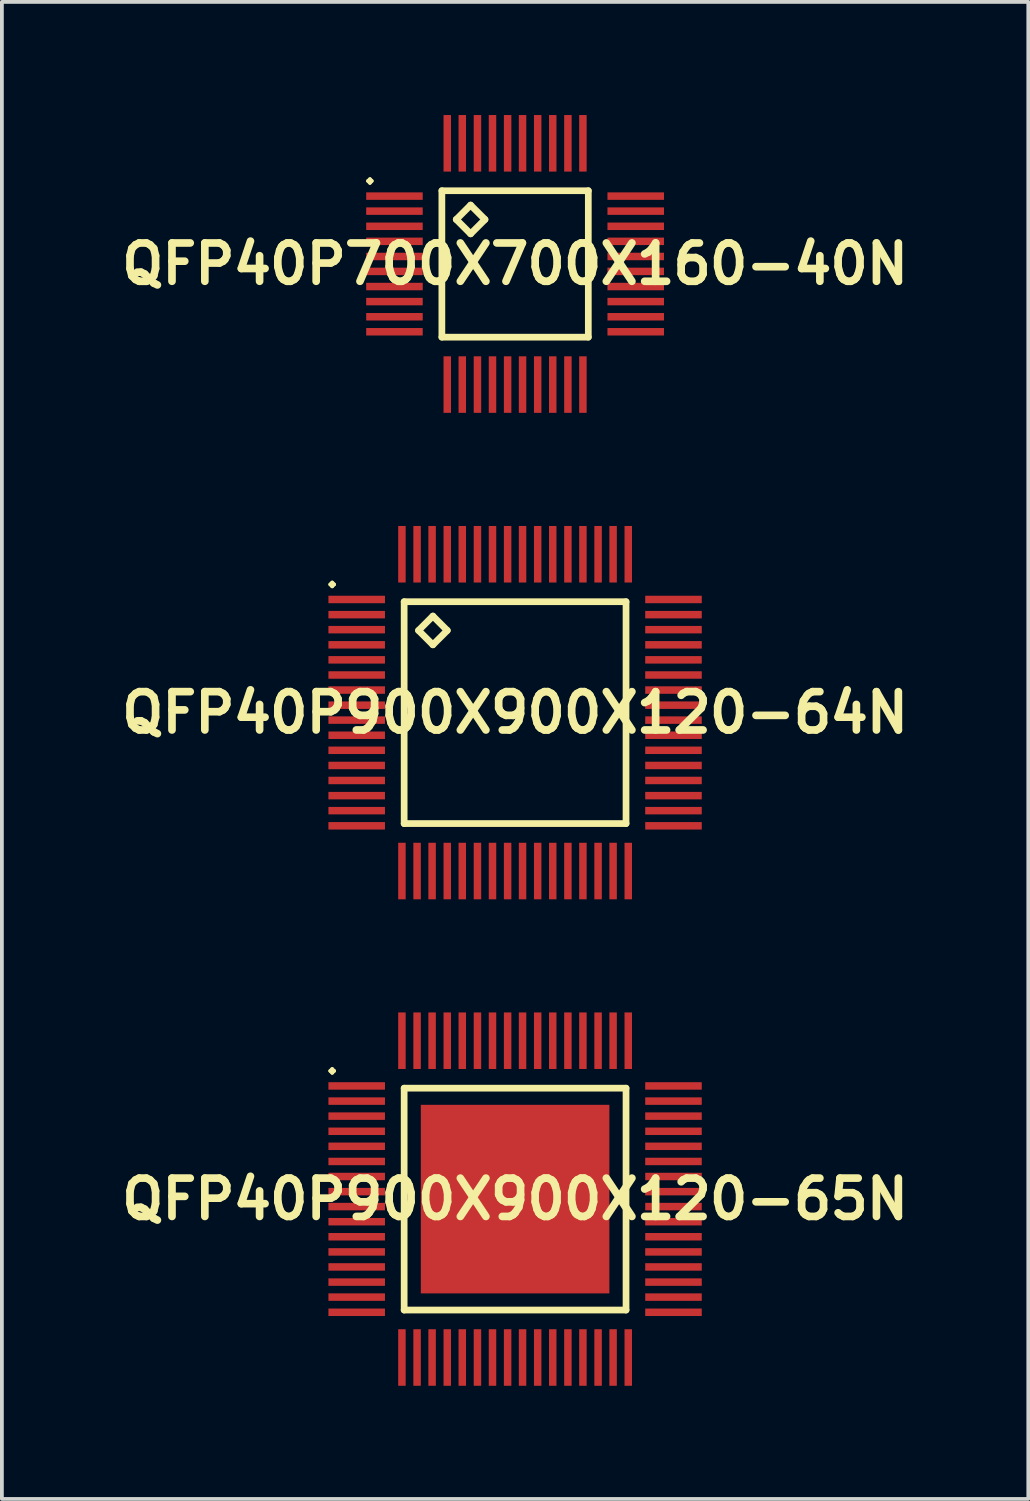
<source format=kicad_pcb>
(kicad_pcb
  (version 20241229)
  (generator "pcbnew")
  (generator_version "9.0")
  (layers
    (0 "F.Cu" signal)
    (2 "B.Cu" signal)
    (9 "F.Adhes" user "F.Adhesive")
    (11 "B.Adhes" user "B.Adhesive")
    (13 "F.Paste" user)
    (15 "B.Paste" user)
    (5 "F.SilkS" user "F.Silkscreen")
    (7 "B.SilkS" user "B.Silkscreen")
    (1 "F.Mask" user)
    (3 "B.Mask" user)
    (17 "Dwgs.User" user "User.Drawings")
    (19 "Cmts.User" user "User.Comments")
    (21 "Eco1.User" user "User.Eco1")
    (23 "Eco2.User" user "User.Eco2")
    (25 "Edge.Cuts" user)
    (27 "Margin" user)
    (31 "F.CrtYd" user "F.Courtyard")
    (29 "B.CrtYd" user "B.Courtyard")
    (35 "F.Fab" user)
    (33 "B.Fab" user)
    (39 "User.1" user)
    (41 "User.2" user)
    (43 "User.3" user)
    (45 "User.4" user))
  (footprint "QFP40P700X700X160-40N"
    (layer "F.Cu")
    (at 10.605 3.947)
    (property "Reference" "QFP40P700X700X160-40N" (at 0 0 0) (layer "F.SilkS") (effects (font (size 1.016 1.016) (thickness 0.203))))
    (attr smd)
    (fp_line (start -3.899 -2.2) (end -3.848 -2.248) (stroke (width 0.099) (type solid)) (layer "F.SilkS"))
    (fp_line (start -3.848 -2.248) (end -3.8 -2.2) (stroke (width 0.099) (type solid)) (layer "F.SilkS"))
    (fp_line (start -3.848 -2.149) (end -3.899 -2.2) (stroke (width 0.099) (type solid)) (layer "F.SilkS"))
    (fp_line (start -3.8 -2.2) (end -3.848 -2.149) (stroke (width 0.099) (type solid)) (layer "F.SilkS"))
    (fp_line (start -1.941 -1.941) (end -1.941 1.941) (stroke (width 0.178) (type solid)) (layer "F.SilkS"))
    (fp_line (start -1.941 1.941) (end 1.941 1.941) (stroke (width 0.178) (type solid)) (layer "F.SilkS"))
    (fp_line (start -1.56 -1.179) (end -1.179 -1.56) (stroke (width 0.178) (type solid)) (layer "F.SilkS"))
    (fp_line (start -1.179 -1.56) (end -0.798 -1.179) (stroke (width 0.178) (type solid)) (layer "F.SilkS"))
    (fp_line (start -1.179 -0.798) (end -1.56 -1.179) (stroke (width 0.178) (type solid)) (layer "F.SilkS"))
    (fp_line (start -0.798 -1.179) (end -1.179 -0.798) (stroke (width 0.178) (type solid)) (layer "F.SilkS"))
    (fp_line (start 1.941 -1.941) (end -1.941 -1.941) (stroke (width 0.178) (type solid)) (layer "F.SilkS"))
    (fp_line (start 1.941 1.941) (end 1.941 -1.941) (stroke (width 0.178) (type solid)) (layer "F.SilkS"))
    (pad "1" smd rect (at -3.198 -1.798) (size 1.499 0.198) (layers "F.Cu" "F.Mask" "F.Paste"))
    (pad "2" smd rect (at -3.198 -1.4) (size 1.499 0.198) (layers "F.Cu" "F.Mask" "F.Paste"))
    (pad "3" smd rect (at -3.198 -0.998) (size 1.499 0.198) (layers "F.Cu" "F.Mask" "F.Paste"))
    (pad "4" smd rect (at -3.198 -0.599) (size 1.499 0.198) (layers "F.Cu" "F.Mask" "F.Paste"))
    (pad "5" smd rect (at -3.198 -0.198) (size 1.499 0.198) (layers "F.Cu" "F.Mask" "F.Paste"))
    (pad "6" smd rect (at -3.198 0.198) (size 1.499 0.198) (layers "F.Cu" "F.Mask" "F.Paste"))
    (pad "7" smd rect (at -3.198 0.599) (size 1.499 0.198) (layers "F.Cu" "F.Mask" "F.Paste"))
    (pad "8" smd rect (at -3.198 0.998) (size 1.499 0.198) (layers "F.Cu" "F.Mask" "F.Paste"))
    (pad "9" smd rect (at -3.198 1.4) (size 1.499 0.198) (layers "F.Cu" "F.Mask" "F.Paste"))
    (pad "10" smd rect (at -3.198 1.798) (size 1.499 0.198) (layers "F.Cu" "F.Mask" "F.Paste"))
    (pad "11" smd rect (at -1.798 3.198) (size 0.198 1.499) (layers "F.Cu" "F.Mask" "F.Paste"))
    (pad "12" smd rect (at -1.4 3.198) (size 0.198 1.499) (layers "F.Cu" "F.Mask" "F.Paste"))
    (pad "13" smd rect (at -0.998 3.198) (size 0.198 1.499) (layers "F.Cu" "F.Mask" "F.Paste"))
    (pad "14" smd rect (at -0.599 3.198) (size 0.198 1.499) (layers "F.Cu" "F.Mask" "F.Paste"))
    (pad "15" smd rect (at -0.198 3.198) (size 0.198 1.499) (layers "F.Cu" "F.Mask" "F.Paste"))
    (pad "16" smd rect (at 0.198 3.198) (size 0.198 1.499) (layers "F.Cu" "F.Mask" "F.Paste"))
    (pad "17" smd rect (at 0.599 3.198) (size 0.198 1.499) (layers "F.Cu" "F.Mask" "F.Paste"))
    (pad "18" smd rect (at 0.998 3.198) (size 0.198 1.499) (layers "F.Cu" "F.Mask" "F.Paste"))
    (pad "19" smd rect (at 1.4 3.198) (size 0.198 1.499) (layers "F.Cu" "F.Mask" "F.Paste"))
    (pad "20" smd rect (at 1.798 3.198) (size 0.198 1.499) (layers "F.Cu" "F.Mask" "F.Paste"))
    (pad "21" smd rect (at 3.198 1.798) (size 1.499 0.198) (layers "F.Cu" "F.Mask" "F.Paste"))
    (pad "22" smd rect (at 3.198 1.4) (size 1.499 0.198) (layers "F.Cu" "F.Mask" "F.Paste"))
    (pad "23" smd rect (at 3.198 0.998) (size 1.499 0.198) (layers "F.Cu" "F.Mask" "F.Paste"))
    (pad "24" smd rect (at 3.198 0.599) (size 1.499 0.198) (layers "F.Cu" "F.Mask" "F.Paste"))
    (pad "25" smd rect (at 3.198 0.198) (size 1.499 0.198) (layers "F.Cu" "F.Mask" "F.Paste"))
    (pad "26" smd rect (at 3.198 -0.198) (size 1.499 0.198) (layers "F.Cu" "F.Mask" "F.Paste"))
    (pad "27" smd rect (at 3.198 -0.599) (size 1.499 0.198) (layers "F.Cu" "F.Mask" "F.Paste"))
    (pad "28" smd rect (at 3.198 -0.998) (size 1.499 0.198) (layers "F.Cu" "F.Mask" "F.Paste"))
    (pad "29" smd rect (at 3.198 -1.4) (size 1.499 0.198) (layers "F.Cu" "F.Mask" "F.Paste"))
    (pad "30" smd rect (at 3.198 -1.798) (size 1.499 0.198) (layers "F.Cu" "F.Mask" "F.Paste"))
    (pad "31" smd rect (at 1.798 -3.198) (size 0.198 1.499) (layers "F.Cu" "F.Mask" "F.Paste"))
    (pad "32" smd rect (at 1.4 -3.198) (size 0.198 1.499) (layers "F.Cu" "F.Mask" "F.Paste"))
    (pad "33" smd rect (at 0.998 -3.198) (size 0.198 1.499) (layers "F.Cu" "F.Mask" "F.Paste"))
    (pad "34" smd rect (at 0.599 -3.198) (size 0.198 1.499) (layers "F.Cu" "F.Mask" "F.Paste"))
    (pad "35" smd rect (at 0.198 -3.198) (size 0.198 1.499) (layers "F.Cu" "F.Mask" "F.Paste"))
    (pad "36" smd rect (at -0.198 -3.198) (size 0.198 1.499) (layers "F.Cu" "F.Mask" "F.Paste"))
    (pad "37" smd rect (at -0.599 -3.198) (size 0.198 1.499) (layers "F.Cu" "F.Mask" "F.Paste"))
    (pad "38" smd rect (at -0.998 -3.198) (size 0.198 1.499) (layers "F.Cu" "F.Mask" "F.Paste"))
    (pad "39" smd rect (at -1.4 -3.198) (size 0.198 1.499) (layers "F.Cu" "F.Mask" "F.Paste"))
    (pad "40" smd rect (at -1.798 -3.198) (size 0.198 1.499) (layers "F.Cu" "F.Mask" "F.Paste")))
  (footprint "QFP40P900X900X120-64N"
    (layer "F.Cu")
    (at 10.605 15.842)
    (property "Reference" "QFP40P900X900X120-64N" (at 0 0 0) (layer "F.SilkS") (effects (font (size 1.016 1.016) (thickness 0.203))))
    (attr smd)
    (fp_line (start -4.9 -3.399) (end -4.849 -3.449) (stroke (width 0.099) (type solid)) (layer "F.SilkS"))
    (fp_line (start -4.849 -3.449) (end -4.798 -3.399) (stroke (width 0.099) (type solid)) (layer "F.SilkS"))
    (fp_line (start -4.849 -3.348) (end -4.9 -3.399) (stroke (width 0.099) (type solid)) (layer "F.SilkS"))
    (fp_line (start -4.798 -3.399) (end -4.849 -3.348) (stroke (width 0.099) (type solid)) (layer "F.SilkS"))
    (fp_line (start -2.941 -2.941) (end -2.941 2.941) (stroke (width 0.178) (type solid)) (layer "F.SilkS"))
    (fp_line (start -2.941 2.941) (end 2.941 2.941) (stroke (width 0.178) (type solid)) (layer "F.SilkS"))
    (fp_line (start -2.56 -2.179) (end -2.179 -2.56) (stroke (width 0.178) (type solid)) (layer "F.SilkS"))
    (fp_line (start -2.179 -2.56) (end -1.798 -2.179) (stroke (width 0.178) (type solid)) (layer "F.SilkS"))
    (fp_line (start -2.179 -1.798) (end -2.56 -2.179) (stroke (width 0.178) (type solid)) (layer "F.SilkS"))
    (fp_line (start -1.798 -2.179) (end -2.179 -1.798) (stroke (width 0.178) (type solid)) (layer "F.SilkS"))
    (fp_line (start 2.941 -2.941) (end -2.941 -2.941) (stroke (width 0.178) (type solid)) (layer "F.SilkS"))
    (fp_line (start 2.941 2.941) (end 2.941 -2.941) (stroke (width 0.178) (type solid)) (layer "F.SilkS"))
    (pad "1" smd rect (at -4.199 -3) (size 1.499 0.198) (layers "F.Cu" "F.Mask" "F.Paste"))
    (pad "2" smd rect (at -4.199 -2.598) (size 1.499 0.198) (layers "F.Cu" "F.Mask" "F.Paste"))
    (pad "3" smd rect (at -4.199 -2.2) (size 1.499 0.198) (layers "F.Cu" "F.Mask" "F.Paste"))
    (pad "4" smd rect (at -4.199 -1.798) (size 1.499 0.198) (layers "F.Cu" "F.Mask" "F.Paste"))
    (pad "5" smd rect (at -4.199 -1.4) (size 1.499 0.198) (layers "F.Cu" "F.Mask" "F.Paste"))
    (pad "6" smd rect (at -4.199 -0.998) (size 1.499 0.198) (layers "F.Cu" "F.Mask" "F.Paste"))
    (pad "7" smd rect (at -4.199 -0.599) (size 1.499 0.198) (layers "F.Cu" "F.Mask" "F.Paste"))
    (pad "8" smd rect (at -4.199 -0.198) (size 1.499 0.198) (layers "F.Cu" "F.Mask" "F.Paste"))
    (pad "9" smd rect (at -4.199 0.198) (size 1.499 0.198) (layers "F.Cu" "F.Mask" "F.Paste"))
    (pad "10" smd rect (at -4.199 0.599) (size 1.499 0.198) (layers "F.Cu" "F.Mask" "F.Paste"))
    (pad "11" smd rect (at -4.199 0.998) (size 1.499 0.198) (layers "F.Cu" "F.Mask" "F.Paste"))
    (pad "12" smd rect (at -4.199 1.4) (size 1.499 0.198) (layers "F.Cu" "F.Mask" "F.Paste"))
    (pad "13" smd rect (at -4.199 1.798) (size 1.499 0.198) (layers "F.Cu" "F.Mask" "F.Paste"))
    (pad "14" smd rect (at -4.199 2.2) (size 1.499 0.198) (layers "F.Cu" "F.Mask" "F.Paste"))
    (pad "15" smd rect (at -4.199 2.598) (size 1.499 0.198) (layers "F.Cu" "F.Mask" "F.Paste"))
    (pad "16" smd rect (at -4.199 3) (size 1.499 0.198) (layers "F.Cu" "F.Mask" "F.Paste"))
    (pad "17" smd rect (at -3 4.199) (size 0.198 1.499) (layers "F.Cu" "F.Mask" "F.Paste"))
    (pad "18" smd rect (at -2.598 4.199) (size 0.198 1.499) (layers "F.Cu" "F.Mask" "F.Paste"))
    (pad "19" smd rect (at -2.2 4.199) (size 0.198 1.499) (layers "F.Cu" "F.Mask" "F.Paste"))
    (pad "20" smd rect (at -1.798 4.199) (size 0.198 1.499) (layers "F.Cu" "F.Mask" "F.Paste"))
    (pad "21" smd rect (at -1.4 4.199) (size 0.198 1.499) (layers "F.Cu" "F.Mask" "F.Paste"))
    (pad "22" smd rect (at -0.998 4.199) (size 0.198 1.499) (layers "F.Cu" "F.Mask" "F.Paste"))
    (pad "23" smd rect (at -0.599 4.199) (size 0.198 1.499) (layers "F.Cu" "F.Mask" "F.Paste"))
    (pad "24" smd rect (at -0.198 4.199) (size 0.198 1.499) (layers "F.Cu" "F.Mask" "F.Paste"))
    (pad "25" smd rect (at 0.198 4.199) (size 0.198 1.499) (layers "F.Cu" "F.Mask" "F.Paste"))
    (pad "26" smd rect (at 0.599 4.199) (size 0.198 1.499) (layers "F.Cu" "F.Mask" "F.Paste"))
    (pad "27" smd rect (at 0.998 4.199) (size 0.198 1.499) (layers "F.Cu" "F.Mask" "F.Paste"))
    (pad "28" smd rect (at 1.4 4.199) (size 0.198 1.499) (layers "F.Cu" "F.Mask" "F.Paste"))
    (pad "29" smd rect (at 1.798 4.199) (size 0.198 1.499) (layers "F.Cu" "F.Mask" "F.Paste"))
    (pad "30" smd rect (at 2.2 4.199) (size 0.198 1.499) (layers "F.Cu" "F.Mask" "F.Paste"))
    (pad "31" smd rect (at 2.598 4.199) (size 0.198 1.499) (layers "F.Cu" "F.Mask" "F.Paste"))
    (pad "32" smd rect (at 3 4.199) (size 0.198 1.499) (layers "F.Cu" "F.Mask" "F.Paste"))
    (pad "33" smd rect (at 4.199 3) (size 1.499 0.198) (layers "F.Cu" "F.Mask" "F.Paste"))
    (pad "34" smd rect (at 4.199 2.598) (size 1.499 0.198) (layers "F.Cu" "F.Mask" "F.Paste"))
    (pad "35" smd rect (at 4.199 2.2) (size 1.499 0.198) (layers "F.Cu" "F.Mask" "F.Paste"))
    (pad "36" smd rect (at 4.199 1.798) (size 1.499 0.198) (layers "F.Cu" "F.Mask" "F.Paste"))
    (pad "37" smd rect (at 4.199 1.4) (size 1.499 0.198) (layers "F.Cu" "F.Mask" "F.Paste"))
    (pad "38" smd rect (at 4.199 0.998) (size 1.499 0.198) (layers "F.Cu" "F.Mask" "F.Paste"))
    (pad "39" smd rect (at 4.199 0.599) (size 1.499 0.198) (layers "F.Cu" "F.Mask" "F.Paste"))
    (pad "40" smd rect (at 4.199 0.198) (size 1.499 0.198) (layers "F.Cu" "F.Mask" "F.Paste"))
    (pad "41" smd rect (at 4.199 -0.198) (size 1.499 0.198) (layers "F.Cu" "F.Mask" "F.Paste"))
    (pad "42" smd rect (at 4.199 -0.599) (size 1.499 0.198) (layers "F.Cu" "F.Mask" "F.Paste"))
    (pad "43" smd rect (at 4.199 -0.998) (size 1.499 0.198) (layers "F.Cu" "F.Mask" "F.Paste"))
    (pad "44" smd rect (at 4.199 -1.4) (size 1.499 0.198) (layers "F.Cu" "F.Mask" "F.Paste"))
    (pad "45" smd rect (at 4.199 -1.798) (size 1.499 0.198) (layers "F.Cu" "F.Mask" "F.Paste"))
    (pad "46" smd rect (at 4.199 -2.2) (size 1.499 0.198) (layers "F.Cu" "F.Mask" "F.Paste"))
    (pad "47" smd rect (at 4.199 -2.598) (size 1.499 0.198) (layers "F.Cu" "F.Mask" "F.Paste"))
    (pad "48" smd rect (at 4.199 -3) (size 1.499 0.198) (layers "F.Cu" "F.Mask" "F.Paste"))
    (pad "49" smd rect (at 3 -4.199) (size 0.198 1.499) (layers "F.Cu" "F.Mask" "F.Paste"))
    (pad "50" smd rect (at 2.598 -4.199) (size 0.198 1.499) (layers "F.Cu" "F.Mask" "F.Paste"))
    (pad "51" smd rect (at 2.2 -4.199) (size 0.198 1.499) (layers "F.Cu" "F.Mask" "F.Paste"))
    (pad "52" smd rect (at 1.798 -4.199) (size 0.198 1.499) (layers "F.Cu" "F.Mask" "F.Paste"))
    (pad "53" smd rect (at 1.4 -4.199) (size 0.198 1.499) (layers "F.Cu" "F.Mask" "F.Paste"))
    (pad "54" smd rect (at 0.998 -4.199) (size 0.198 1.499) (layers "F.Cu" "F.Mask" "F.Paste"))
    (pad "55" smd rect (at 0.599 -4.199) (size 0.198 1.499) (layers "F.Cu" "F.Mask" "F.Paste"))
    (pad "56" smd rect (at 0.198 -4.199) (size 0.198 1.499) (layers "F.Cu" "F.Mask" "F.Paste"))
    (pad "57" smd rect (at -0.198 -4.199) (size 0.198 1.499) (layers "F.Cu" "F.Mask" "F.Paste"))
    (pad "58" smd rect (at -0.599 -4.199) (size 0.198 1.499) (layers "F.Cu" "F.Mask" "F.Paste"))
    (pad "59" smd rect (at -0.998 -4.199) (size 0.198 1.499) (layers "F.Cu" "F.Mask" "F.Paste"))
    (pad "60" smd rect (at -1.4 -4.199) (size 0.198 1.499) (layers "F.Cu" "F.Mask" "F.Paste"))
    (pad "61" smd rect (at -1.798 -4.199) (size 0.198 1.499) (layers "F.Cu" "F.Mask" "F.Paste"))
    (pad "62" smd rect (at -2.2 -4.199) (size 0.198 1.499) (layers "F.Cu" "F.Mask" "F.Paste"))
    (pad "63" smd rect (at -2.598 -4.199) (size 0.198 1.499) (layers "F.Cu" "F.Mask" "F.Paste"))
    (pad "64" smd rect (at -3 -4.199) (size 0.198 1.499) (layers "F.Cu" "F.Mask" "F.Paste")))
  (footprint "QFP40P900X900X120-65N"
    (layer "F.Cu")
    (at 10.605 28.738)
    (property "Reference" "QFP40P900X900X120-65N" (at 0 0 0) (layer "F.SilkS") (effects (font (size 1.016 1.016) (thickness 0.203))))
    (attr smd)
    (fp_line (start -4.9 -3.399) (end -4.849 -3.449) (stroke (width 0.099) (type solid)) (layer "F.SilkS"))
    (fp_line (start -4.849 -3.449) (end -4.798 -3.399) (stroke (width 0.099) (type solid)) (layer "F.SilkS"))
    (fp_line (start -4.849 -3.348) (end -4.9 -3.399) (stroke (width 0.099) (type solid)) (layer "F.SilkS"))
    (fp_line (start -4.798 -3.399) (end -4.849 -3.348) (stroke (width 0.099) (type solid)) (layer "F.SilkS"))
    (fp_line (start -2.941 -2.941) (end -2.941 2.941) (stroke (width 0.178) (type solid)) (layer "F.SilkS"))
    (fp_line (start -2.941 2.941) (end 2.941 2.941) (stroke (width 0.178) (type solid)) (layer "F.SilkS"))
    (fp_line (start 2.941 -2.941) (end -2.941 -2.941) (stroke (width 0.178) (type solid)) (layer "F.SilkS"))
    (fp_line (start 2.941 2.941) (end 2.941 -2.941) (stroke (width 0.178) (type solid)) (layer "F.SilkS"))
    (pad "1" smd rect (at -4.199 -3) (size 1.499 0.198) (layers "F.Cu" "F.Mask" "F.Paste"))
    (pad "2" smd rect (at -4.199 -2.598) (size 1.499 0.198) (layers "F.Cu" "F.Mask" "F.Paste"))
    (pad "3" smd rect (at -4.199 -2.2) (size 1.499 0.198) (layers "F.Cu" "F.Mask" "F.Paste"))
    (pad "4" smd rect (at -4.199 -1.798) (size 1.499 0.198) (layers "F.Cu" "F.Mask" "F.Paste"))
    (pad "5" smd rect (at -4.199 -1.4) (size 1.499 0.198) (layers "F.Cu" "F.Mask" "F.Paste"))
    (pad "6" smd rect (at -4.199 -0.998) (size 1.499 0.198) (layers "F.Cu" "F.Mask" "F.Paste"))
    (pad "7" smd rect (at -4.199 -0.599) (size 1.499 0.198) (layers "F.Cu" "F.Mask" "F.Paste"))
    (pad "8" smd rect (at -4.199 -0.198) (size 1.499 0.198) (layers "F.Cu" "F.Mask" "F.Paste"))
    (pad "9" smd rect (at -4.199 0.198) (size 1.499 0.198) (layers "F.Cu" "F.Mask" "F.Paste"))
    (pad "10" smd rect (at -4.199 0.599) (size 1.499 0.198) (layers "F.Cu" "F.Mask" "F.Paste"))
    (pad "11" smd rect (at -4.199 0.998) (size 1.499 0.198) (layers "F.Cu" "F.Mask" "F.Paste"))
    (pad "12" smd rect (at -4.199 1.4) (size 1.499 0.198) (layers "F.Cu" "F.Mask" "F.Paste"))
    (pad "13" smd rect (at -4.199 1.798) (size 1.499 0.198) (layers "F.Cu" "F.Mask" "F.Paste"))
    (pad "14" smd rect (at -4.199 2.2) (size 1.499 0.198) (layers "F.Cu" "F.Mask" "F.Paste"))
    (pad "15" smd rect (at -4.199 2.598) (size 1.499 0.198) (layers "F.Cu" "F.Mask" "F.Paste"))
    (pad "16" smd rect (at -4.199 3) (size 1.499 0.198) (layers "F.Cu" "F.Mask" "F.Paste"))
    (pad "17" smd rect (at -3 4.199) (size 0.198 1.499) (layers "F.Cu" "F.Mask" "F.Paste"))
    (pad "18" smd rect (at -2.598 4.199) (size 0.198 1.499) (layers "F.Cu" "F.Mask" "F.Paste"))
    (pad "19" smd rect (at -2.2 4.199) (size 0.198 1.499) (layers "F.Cu" "F.Mask" "F.Paste"))
    (pad "20" smd rect (at -1.798 4.199) (size 0.198 1.499) (layers "F.Cu" "F.Mask" "F.Paste"))
    (pad "21" smd rect (at -1.4 4.199) (size 0.198 1.499) (layers "F.Cu" "F.Mask" "F.Paste"))
    (pad "22" smd rect (at -0.998 4.199) (size 0.198 1.499) (layers "F.Cu" "F.Mask" "F.Paste"))
    (pad "23" smd rect (at -0.599 4.199) (size 0.198 1.499) (layers "F.Cu" "F.Mask" "F.Paste"))
    (pad "24" smd rect (at -0.198 4.199) (size 0.198 1.499) (layers "F.Cu" "F.Mask" "F.Paste"))
    (pad "25" smd rect (at 0.198 4.199) (size 0.198 1.499) (layers "F.Cu" "F.Mask" "F.Paste"))
    (pad "26" smd rect (at 0.599 4.199) (size 0.198 1.499) (layers "F.Cu" "F.Mask" "F.Paste"))
    (pad "27" smd rect (at 0.998 4.199) (size 0.198 1.499) (layers "F.Cu" "F.Mask" "F.Paste"))
    (pad "28" smd rect (at 1.4 4.199) (size 0.198 1.499) (layers "F.Cu" "F.Mask" "F.Paste"))
    (pad "29" smd rect (at 1.798 4.199) (size 0.198 1.499) (layers "F.Cu" "F.Mask" "F.Paste"))
    (pad "30" smd rect (at 2.2 4.199) (size 0.198 1.499) (layers "F.Cu" "F.Mask" "F.Paste"))
    (pad "31" smd rect (at 2.598 4.199) (size 0.198 1.499) (layers "F.Cu" "F.Mask" "F.Paste"))
    (pad "32" smd rect (at 3 4.199) (size 0.198 1.499) (layers "F.Cu" "F.Mask" "F.Paste"))
    (pad "33" smd rect (at 4.199 3) (size 1.499 0.198) (layers "F.Cu" "F.Mask" "F.Paste"))
    (pad "34" smd rect (at 4.199 2.598) (size 1.499 0.198) (layers "F.Cu" "F.Mask" "F.Paste"))
    (pad "35" smd rect (at 4.199 2.2) (size 1.499 0.198) (layers "F.Cu" "F.Mask" "F.Paste"))
    (pad "36" smd rect (at 4.199 1.798) (size 1.499 0.198) (layers "F.Cu" "F.Mask" "F.Paste"))
    (pad "37" smd rect (at 4.199 1.4) (size 1.499 0.198) (layers "F.Cu" "F.Mask" "F.Paste"))
    (pad "38" smd rect (at 4.199 0.998) (size 1.499 0.198) (layers "F.Cu" "F.Mask" "F.Paste"))
    (pad "39" smd rect (at 4.199 0.599) (size 1.499 0.198) (layers "F.Cu" "F.Mask" "F.Paste"))
    (pad "40" smd rect (at 4.199 0.198) (size 1.499 0.198) (layers "F.Cu" "F.Mask" "F.Paste"))
    (pad "41" smd rect (at 4.199 -0.198) (size 1.499 0.198) (layers "F.Cu" "F.Mask" "F.Paste"))
    (pad "42" smd rect (at 4.199 -0.599) (size 1.499 0.198) (layers "F.Cu" "F.Mask" "F.Paste"))
    (pad "43" smd rect (at 4.199 -0.998) (size 1.499 0.198) (layers "F.Cu" "F.Mask" "F.Paste"))
    (pad "44" smd rect (at 4.199 -1.4) (size 1.499 0.198) (layers "F.Cu" "F.Mask" "F.Paste"))
    (pad "45" smd rect (at 4.199 -1.798) (size 1.499 0.198) (layers "F.Cu" "F.Mask" "F.Paste"))
    (pad "46" smd rect (at 4.199 -2.2) (size 1.499 0.198) (layers "F.Cu" "F.Mask" "F.Paste"))
    (pad "47" smd rect (at 4.199 -2.598) (size 1.499 0.198) (layers "F.Cu" "F.Mask" "F.Paste"))
    (pad "48" smd rect (at 4.199 -3) (size 1.499 0.198) (layers "F.Cu" "F.Mask" "F.Paste"))
    (pad "49" smd rect (at 3 -4.199) (size 0.198 1.499) (layers "F.Cu" "F.Mask" "F.Paste"))
    (pad "50" smd rect (at 2.598 -4.199) (size 0.198 1.499) (layers "F.Cu" "F.Mask" "F.Paste"))
    (pad "51" smd rect (at 2.2 -4.199) (size 0.198 1.499) (layers "F.Cu" "F.Mask" "F.Paste"))
    (pad "52" smd rect (at 1.798 -4.199) (size 0.198 1.499) (layers "F.Cu" "F.Mask" "F.Paste"))
    (pad "53" smd rect (at 1.4 -4.199) (size 0.198 1.499) (layers "F.Cu" "F.Mask" "F.Paste"))
    (pad "54" smd rect (at 0.998 -4.199) (size 0.198 1.499) (layers "F.Cu" "F.Mask" "F.Paste"))
    (pad "55" smd rect (at 0.599 -4.199) (size 0.198 1.499) (layers "F.Cu" "F.Mask" "F.Paste"))
    (pad "56" smd rect (at 0.198 -4.199) (size 0.198 1.499) (layers "F.Cu" "F.Mask" "F.Paste"))
    (pad "57" smd rect (at -0.198 -4.199) (size 0.198 1.499) (layers "F.Cu" "F.Mask" "F.Paste"))
    (pad "58" smd rect (at -0.599 -4.199) (size 0.198 1.499) (layers "F.Cu" "F.Mask" "F.Paste"))
    (pad "59" smd rect (at -0.998 -4.199) (size 0.198 1.499) (layers "F.Cu" "F.Mask" "F.Paste"))
    (pad "60" smd rect (at -1.4 -4.199) (size 0.198 1.499) (layers "F.Cu" "F.Mask" "F.Paste"))
    (pad "61" smd rect (at -1.798 -4.199) (size 0.198 1.499) (layers "F.Cu" "F.Mask" "F.Paste"))
    (pad "62" smd rect (at -2.2 -4.199) (size 0.198 1.499) (layers "F.Cu" "F.Mask" "F.Paste"))
    (pad "63" smd rect (at -2.598 -4.199) (size 0.198 1.499) (layers "F.Cu" "F.Mask" "F.Paste"))
    (pad "64" smd rect (at -3 -4.199) (size 0.198 1.499) (layers "F.Cu" "F.Mask" "F.Paste"))
    (pad "65" smd rect (at 0 0) (size 4.999 4.999) (layers "F.Cu" "F.Mask" "F.Paste")))
  (gr_rect
    (start -3 -3)
    (end 24.21 36.686)
    (stroke (width 0.1) (type default))
    (fill no)
    (layer "Edge.Cuts")))
</source>
